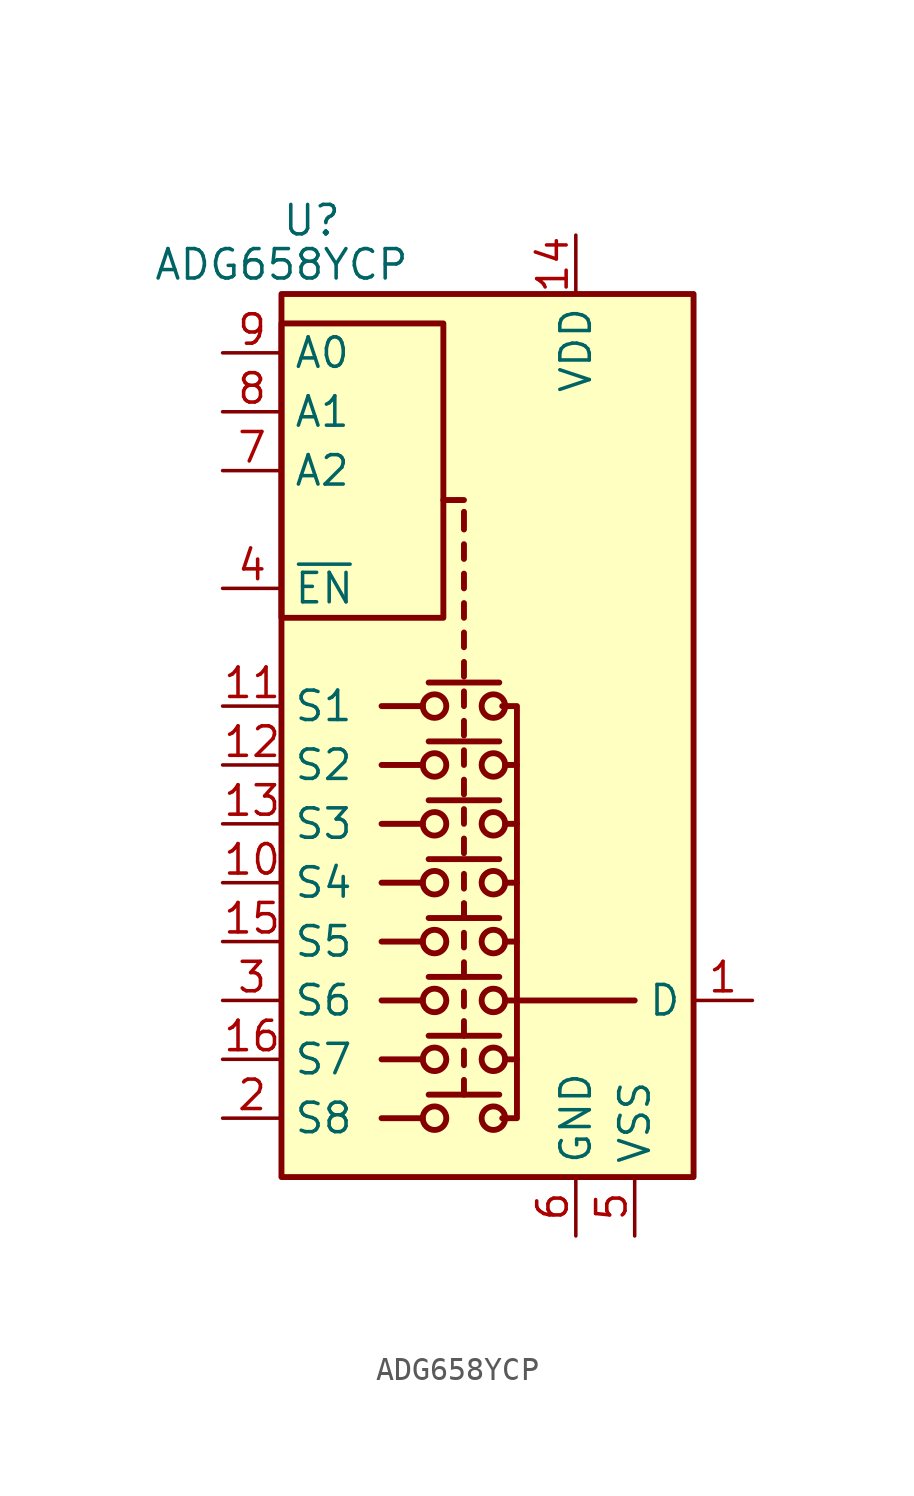
<source format=kicad_sym>
(kicad_symbol_lib
  (version 20220914)
  (generator kicad_symbol_editor)
  (symbol "ADG658YCP"
    (property "Reference" "U"
      (at -7.62 23.495 0)
      (effects (font (size 1.27 1.27)) (justify left)))
    (property "Value" "ADG658YCP"
      (at -7.62 21.59 0)
      (effects (font (size 1.27 1.27))))
    (symbol "ADG658YCP_0_0"
      (pin power_in line (at 5.08 -20.32 90) (length 2.54) (name "GND" (effects (font (size 1.27 1.27)))) (number "6" (effects (font (size 1.27 1.27))))))
    (symbol "ADG658YCP_0_1"
      (rectangle (start -7.62 6.35) (end -0.635 19.05) (stroke (width 0.254) (type default)) (fill (type none)))
      (rectangle (start -7.62 20.32) (end 10.16 -17.78) (stroke (width 0.254) (type default)) (fill (type background)))
      (circle (center -1.016 -15.24) (radius 0.508) (stroke (width 0.254) (type default)) (fill (type none)))
      (circle (center -1.016 -12.7) (radius 0.508) (stroke (width 0.254) (type default)) (fill (type none)))
      (circle (center -1.016 -10.16) (radius 0.508) (stroke (width 0.254) (type default)) (fill (type none)))
      (circle (center -1.016 -7.62) (radius 0.508) (stroke (width 0.254) (type default)) (fill (type none)))
      (circle (center -1.016 -5.08) (radius 0.508) (stroke (width 0.254) (type default)) (fill (type none)))
      (circle (center -1.016 -2.54) (radius 0.508) (stroke (width 0.254) (type default)) (fill (type none)))
      (circle (center -1.016 0) (radius 0.508) (stroke (width 0.254) (type default)) (fill (type none)))
      (circle (center -1.016 2.54) (radius 0.508) (stroke (width 0.254) (type default)) (fill (type none)))
      (polyline (pts (xy -1.524 -15.24) (xy -3.302 -15.24)) (stroke (width 0.254) (type default)) (fill (type none)))
      (polyline (pts (xy -1.524 -12.7) (xy -3.302 -12.7)) (stroke (width 0.254) (type default)) (fill (type none)))
      (polyline (pts (xy -1.524 -10.16) (xy -3.302 -10.16)) (stroke (width 0.254) (type default)) (fill (type none)))
      (polyline (pts (xy -1.524 -7.62) (xy -3.302 -7.62)) (stroke (width 0.254) (type default)) (fill (type none)))
      (polyline (pts (xy -1.524 -5.08) (xy -3.302 -5.08)) (stroke (width 0.254) (type default)) (fill (type none)))
      (polyline (pts (xy -1.524 -2.54) (xy -3.302 -2.54)) (stroke (width 0.254) (type default)) (fill (type none)))
      (polyline (pts (xy -1.524 0) (xy -3.302 0)) (stroke (width 0.254) (type default)) (fill (type none)))
      (polyline (pts (xy -1.524 2.54) (xy -3.302 2.54)) (stroke (width 0.254) (type default)) (fill (type none)))
      (polyline (pts (xy -1.27 -14.224) (xy 1.778 -14.224)) (stroke (width 0.254) (type default)) (fill (type none)))
      (polyline (pts (xy -1.27 -11.684) (xy 1.778 -11.684)) (stroke (width 0.254) (type default)) (fill (type none)))
      (polyline (pts (xy -1.27 -9.144) (xy 1.778 -9.144)) (stroke (width 0.254) (type default)) (fill (type none)))
      (polyline (pts (xy -1.27 -6.604) (xy 1.778 -6.604)) (stroke (width 0.254) (type default)) (fill (type none)))
      (polyline (pts (xy -1.27 -4.064) (xy 1.778 -4.064)) (stroke (width 0.254) (type default)) (fill (type none)))
      (polyline (pts (xy -1.27 -1.524) (xy 1.778 -1.524)) (stroke (width 0.254) (type default)) (fill (type none)))
      (polyline (pts (xy -1.27 1.016) (xy 1.778 1.016)) (stroke (width 0.254) (type default)) (fill (type none)))
      (polyline (pts (xy -1.27 3.556) (xy 1.778 3.556)) (stroke (width 0.254) (type default)) (fill (type none)))
      (polyline (pts (xy -0.635 11.43) (xy 0 11.43)) (stroke (width 0.254) (type default)) (fill (type none)))
      (polyline (pts (xy 0.254 -14.224) (xy 0.254 -13.589)) (stroke (width 0.254) (type default)) (fill (type none)))
      (polyline (pts (xy 0.254 -12.954) (xy 0.254 -12.319)) (stroke (width 0.254) (type default)) (fill (type none)))
      (polyline (pts (xy 0.254 -11.684) (xy 0.254 -11.049)) (stroke (width 0.254) (type default)) (fill (type none)))
      (polyline (pts (xy 0.254 -10.414) (xy 0.254 -9.779)) (stroke (width 0.254) (type default)) (fill (type none)))
      (polyline (pts (xy 0.254 -9.144) (xy 0.254 -8.509)) (stroke (width 0.254) (type default)) (fill (type none)))
      (polyline (pts (xy 0.254 -7.874) (xy 0.254 -7.239)) (stroke (width 0.254) (type default)) (fill (type none)))
      (polyline (pts (xy 0.254 -6.604) (xy 0.254 -5.969)) (stroke (width 0.254) (type default)) (fill (type none)))
      (polyline (pts (xy 0.254 -6.604) (xy 0.254 -5.969)) (stroke (width 0.254) (type default)) (fill (type none)))
      (polyline (pts (xy 0.254 -5.334) (xy 0.254 -4.699)) (stroke (width 0.254) (type default)) (fill (type none)))
      (polyline (pts (xy 0.254 -3.81) (xy 0.254 -3.175)) (stroke (width 0.254) (type default)) (fill (type none)))
      (polyline (pts (xy 0.254 -2.54) (xy 0.254 -1.905)) (stroke (width 0.254) (type default)) (fill (type none)))
      (polyline (pts (xy 0.254 -1.27) (xy 0.254 -0.635)) (stroke (width 0.254) (type default)) (fill (type none)))
      (polyline (pts (xy 0.254 0) (xy 0.254 0.635)) (stroke (width 0.254) (type default)) (fill (type none)))
      (polyline (pts (xy 0.254 1.27) (xy 0.254 1.905)) (stroke (width 0.254) (type default)) (fill (type none)))
      (polyline (pts (xy 0.254 2.54) (xy 0.254 3.175)) (stroke (width 0.254) (type default)) (fill (type none)))
      (polyline (pts (xy 0.254 3.81) (xy 0.254 4.445)) (stroke (width 0.254) (type default)) (fill (type none)))
      (polyline (pts (xy 0.254 5.08) (xy 0.254 5.715)) (stroke (width 0.254) (type default)) (fill (type none)))
      (polyline (pts (xy 0.254 6.35) (xy 0.254 6.985)) (stroke (width 0.254) (type default)) (fill (type none)))
      (polyline (pts (xy 0.254 7.62) (xy 0.254 8.255)) (stroke (width 0.254) (type default)) (fill (type none)))
      (polyline (pts (xy 0.254 8.89) (xy 0.254 9.525)) (stroke (width 0.254) (type default)) (fill (type none)))
      (polyline (pts (xy 0.254 10.16) (xy 0.254 10.922)) (stroke (width 0.254) (type default)) (fill (type none)))
      (polyline (pts (xy 0.254 11.43) (xy 0 11.43)) (stroke (width 0.254) (type default)) (fill (type none)))
      (polyline (pts (xy 2.032 -12.7) (xy 2.54 -12.7)) (stroke (width 0.254) (type default)) (fill (type none)))
      (polyline (pts (xy 2.032 -10.16) (xy 2.54 -10.16)) (stroke (width 0.254) (type default)) (fill (type none)))
      (polyline (pts (xy 2.032 -7.62) (xy 2.54 -7.62)) (stroke (width 0.254) (type default)) (fill (type none)))
      (polyline (pts (xy 2.032 -5.08) (xy 2.54 -5.08)) (stroke (width 0.254) (type default)) (fill (type none)))
      (polyline (pts (xy 2.032 -2.54) (xy 2.54 -2.54)) (stroke (width 0.254) (type default)) (fill (type none)))
      (polyline (pts (xy 2.032 0) (xy 2.54 0)) (stroke (width 0.254) (type default)) (fill (type none)))
      (polyline (pts (xy 2.54 -10.16) (xy 7.62 -10.16)) (stroke (width 0.254) (type default)) (fill (type none)))
      (polyline (pts (xy 1.905 2.54) (xy 2.54 2.54) (xy 2.54 -15.24) (xy 1.905 -15.24)) (stroke (width 0.254) (type default)) (fill (type none)))
      (circle (center 1.524 -15.24) (radius 0.508) (stroke (width 0.254) (type default)) (fill (type none)))
      (circle (center 1.524 -12.7) (radius 0.508) (stroke (width 0.254) (type default)) (fill (type none)))
      (circle (center 1.524 -10.16) (radius 0.508) (stroke (width 0.254) (type default)) (fill (type none)))
      (circle (center 1.524 -7.62) (radius 0.508) (stroke (width 0.254) (type default)) (fill (type none)))
      (circle (center 1.524 -5.08) (radius 0.508) (stroke (width 0.254) (type default)) (fill (type none)))
      (circle (center 1.524 -2.54) (radius 0.508) (stroke (width 0.254) (type default)) (fill (type none)))
      (circle (center 1.524 0) (radius 0.508) (stroke (width 0.254) (type default)) (fill (type none)))
      (circle (center 1.524 2.54) (radius 0.508) (stroke (width 0.254) (type default)) (fill (type none))))
    (symbol "ADG658YCP_1_1"
      (pin bidirectional line (at 12.7 -10.16 180) (length 2.54) (name "D" (effects (font (size 1.27 1.27)))) (number "1" (effects (font (size 1.27 1.27)))))
      (pin bidirectional line (at -10.16 -5.08 0) (length 2.54) (name "S4" (effects (font (size 1.27 1.27)))) (number "10" (effects (font (size 1.27 1.27)))))
      (pin bidirectional line (at -10.16 2.54 0) (length 2.54) (name "S1" (effects (font (size 1.27 1.27)))) (number "11" (effects (font (size 1.27 1.27)))))
      (pin bidirectional line (at -10.16 0 0) (length 2.54) (name "S2" (effects (font (size 1.27 1.27)))) (number "12" (effects (font (size 1.27 1.27)))))
      (pin bidirectional line (at -10.16 -2.54 0) (length 2.54) (name "S3" (effects (font (size 1.27 1.27)))) (number "13" (effects (font (size 1.27 1.27)))))
      (pin power_in line (at 5.08 22.86 270) (length 2.54) (name "VDD" (effects (font (size 1.27 1.27)))) (number "14" (effects (font (size 1.27 1.27)))))
      (pin bidirectional line (at -10.16 -7.62 0) (length 2.54) (name "S5" (effects (font (size 1.27 1.27)))) (number "15" (effects (font (size 1.27 1.27)))))
      (pin bidirectional line (at -10.16 -12.7 0) (length 2.54) (name "S7" (effects (font (size 1.27 1.27)))) (number "16" (effects (font (size 1.27 1.27)))))
      (pin no_connect line (at 2.54 -17.78 90) (length 2.54) hide (name "EPAD" (effects (font (size 1.27 1.27)))) (number "17" (effects (font (size 1.27 1.27)))))
      (pin bidirectional line (at -10.16 -15.24 0) (length 2.54) (name "S8" (effects (font (size 1.27 1.27)))) (number "2" (effects (font (size 1.27 1.27)))))
      (pin bidirectional line (at -10.16 -10.16 0) (length 2.54) (name "S6" (effects (font (size 1.27 1.27)))) (number "3" (effects (font (size 1.27 1.27)))))
      (pin input line (at -10.16 7.62 0) (length 2.54) (name "~{EN}" (effects (font (size 1.27 1.27)))) (number "4" (effects (font (size 1.27 1.27)))))
      (pin power_in line (at 7.62 -20.32 90) (length 2.54) (name "VSS" (effects (font (size 1.27 1.27)))) (number "5" (effects (font (size 1.27 1.27)))))
      (pin input line (at -10.16 12.7 0) (length 2.54) (name "A2" (effects (font (size 1.27 1.27)))) (number "7" (effects (font (size 1.27 1.27)))))
      (pin input line (at -10.16 15.24 0) (length 2.54) (name "A1" (effects (font (size 1.27 1.27)))) (number "8" (effects (font (size 1.27 1.27)))))
      (pin input line (at -10.16 17.78 0) (length 2.54) (name "A0" (effects (font (size 1.27 1.27)))) (number "9" (effects (font (size 1.27 1.27))))))))
</source>
